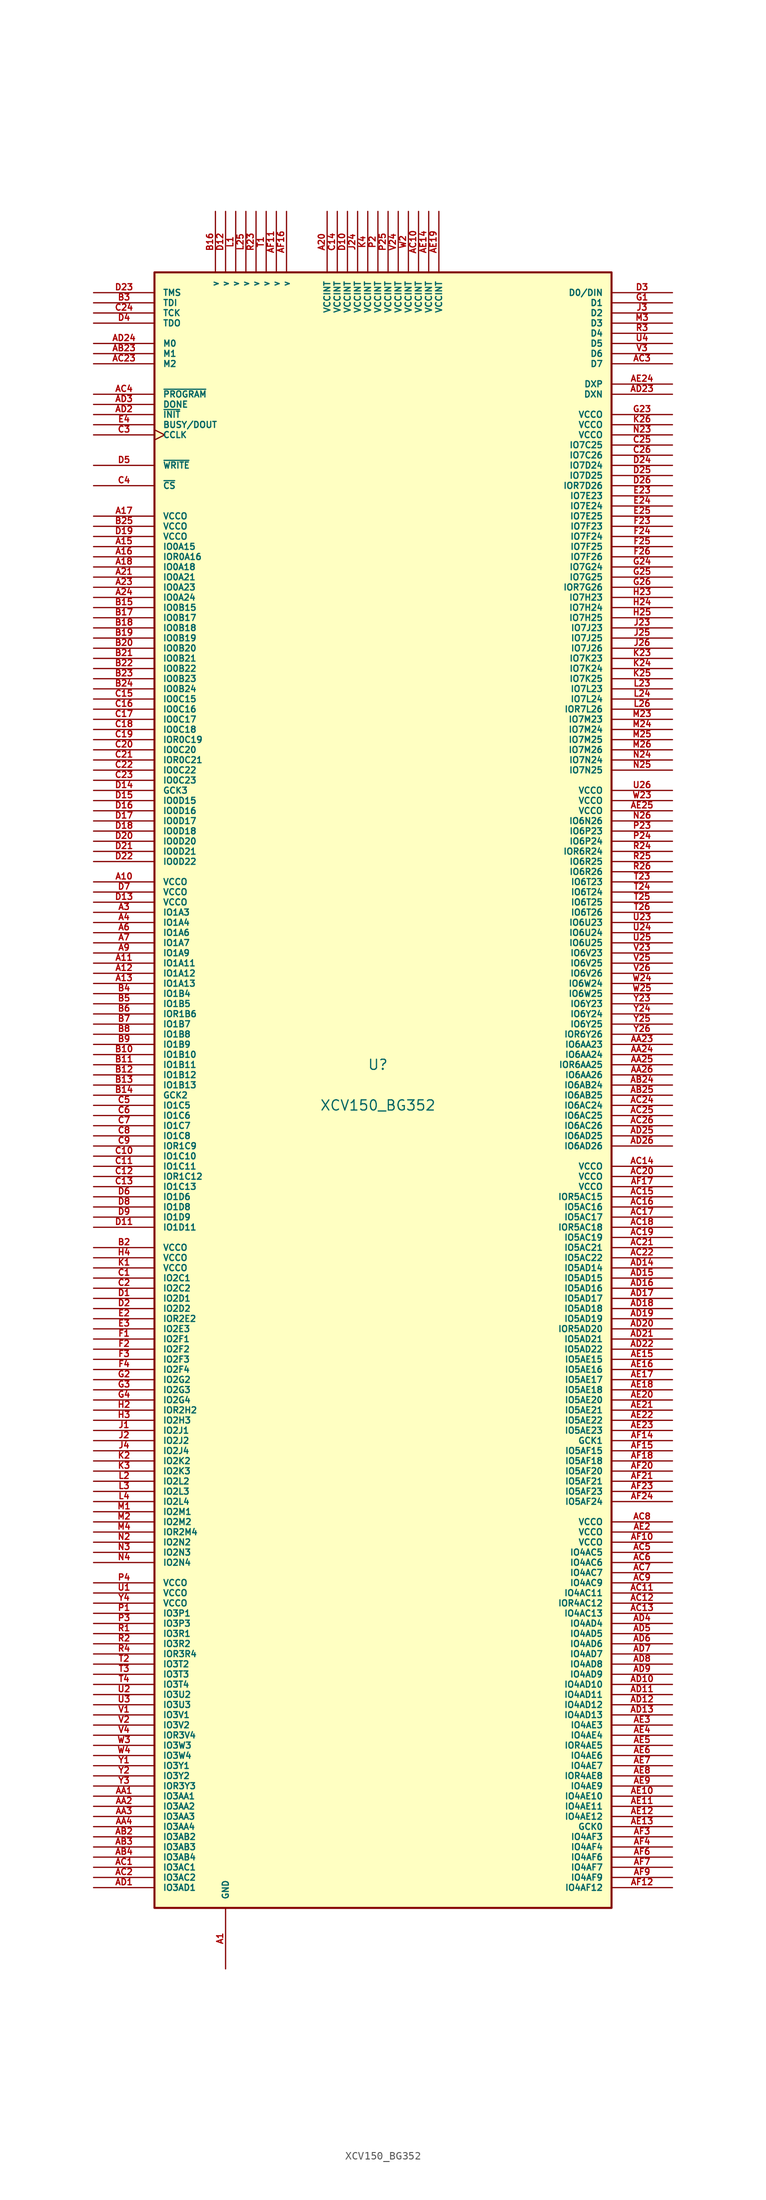
<source format=kicad_sym>
(kicad_symbol_lib
  (version 20231120)
  (generator "kicad_symbol_editor")
  (generator_version "8.0")
  (symbol "XCV150_BG352"
    (pin_names
      (offset 1.016))
    (property "Reference" "U"
      (at 0 2.54 0)
      (effects (font (size 1.27 1.27))))
    (property "Value" "XCV150_BG352"
      (at 0 -2.54 0)
      (effects (font (size 1.27 1.27))))
    (symbol "XCV150_BG352_0_1"
      (rectangle (start -27.94 101.6) (end 29.21 -102.87) (stroke (width 0.254) (type default)) (fill (type background))))
    (symbol "XCV150_BG352_1_1"
      (pin power_in line (at -19.05 -110.49 90) (length 7.62) (name "GND" (effects (font (size 0.762 0.762)))) (number "A1" (effects (font (size 0.762 0.762)))))
      (pin power_in line (at -35.56 25.4 0) (length 7.62) (name "VCCO" (effects (font (size 0.762 0.762)))) (number "A10" (effects (font (size 0.762 0.762)))))
      (pin bidirectional line (at -35.56 15.24 0) (length 7.62) (name "IO1A11" (effects (font (size 0.762 0.762)))) (number "A11" (effects (font (size 0.762 0.762)))))
      (pin bidirectional line (at -35.56 13.97 0) (length 7.62) (name "IO1A12" (effects (font (size 0.762 0.762)))) (number "A12" (effects (font (size 0.762 0.762)))))
      (pin bidirectional line (at -35.56 12.7 0) (length 7.62) (name "IO1A13" (effects (font (size 0.762 0.762)))) (number "A13" (effects (font (size 0.762 0.762)))))
      (pin passive line (at -19.05 -110.49 90) (length 7.62) hide (name "GND" (effects (font (size 0.762 0.762)))) (number "A14" (effects (font (size 0.762 0.762)))))
      (pin bidirectional line (at -35.56 67.31 0) (length 7.62) (name "IO0A15" (effects (font (size 0.762 0.762)))) (number "A15" (effects (font (size 0.762 0.762)))))
      (pin bidirectional line (at -35.56 66.04 0) (length 7.62) (name "IOR0A16" (effects (font (size 0.762 0.762)))) (number "A16" (effects (font (size 0.762 0.762)))))
      (pin power_in line (at -35.56 71.12 0) (length 7.62) (name "VCCO" (effects (font (size 0.762 0.762)))) (number "A17" (effects (font (size 0.762 0.762)))))
      (pin bidirectional line (at -35.56 64.77 0) (length 7.62) (name "IO0A18" (effects (font (size 0.762 0.762)))) (number "A18" (effects (font (size 0.762 0.762)))))
      (pin passive line (at -19.05 -110.49 90) (length 7.62) hide (name "GND" (effects (font (size 0.762 0.762)))) (number "A19" (effects (font (size 0.762 0.762)))))
      (pin passive line (at -19.05 -110.49 90) (length 7.62) hide (name "GND" (effects (font (size 0.762 0.762)))) (number "A2" (effects (font (size 0.762 0.762)))))
      (pin power_in line (at -6.35 109.22 270) (length 7.62) (name "VCCINT" (effects (font (size 0.762 0.762)))) (number "A20" (effects (font (size 0.762 0.762)))))
      (pin bidirectional line (at -35.56 63.5 0) (length 7.62) (name "IO0A21" (effects (font (size 0.762 0.762)))) (number "A21" (effects (font (size 0.762 0.762)))))
      (pin passive line (at -19.05 -110.49 90) (length 7.62) hide (name "GND" (effects (font (size 0.762 0.762)))) (number "A22" (effects (font (size 0.762 0.762)))))
      (pin bidirectional line (at -35.56 62.23 0) (length 7.62) (name "IO0A23" (effects (font (size 0.762 0.762)))) (number "A23" (effects (font (size 0.762 0.762)))))
      (pin bidirectional line (at -35.56 60.96 0) (length 7.62) (name "IO0A24" (effects (font (size 0.762 0.762)))) (number "A24" (effects (font (size 0.762 0.762)))))
      (pin passive line (at -19.05 -110.49 90) (length 7.62) hide (name "GND" (effects (font (size 0.762 0.762)))) (number "A25" (effects (font (size 0.762 0.762)))))
      (pin passive line (at -19.05 -110.49 90) (length 7.62) hide (name "GND" (effects (font (size 0.762 0.762)))) (number "A26" (effects (font (size 0.762 0.762)))))
      (pin bidirectional line (at -35.56 21.59 0) (length 7.62) (name "IO1A3" (effects (font (size 0.762 0.762)))) (number "A3" (effects (font (size 0.762 0.762)))))
      (pin bidirectional line (at -35.56 20.32 0) (length 7.62) (name "IO1A4" (effects (font (size 0.762 0.762)))) (number "A4" (effects (font (size 0.762 0.762)))))
      (pin passive line (at -19.05 -110.49 90) (length 7.62) hide (name "GND" (effects (font (size 0.762 0.762)))) (number "A5" (effects (font (size 0.762 0.762)))))
      (pin bidirectional line (at -35.56 19.05 0) (length 7.62) (name "IO1A6" (effects (font (size 0.762 0.762)))) (number "A6" (effects (font (size 0.762 0.762)))))
      (pin bidirectional line (at -35.56 17.78 0) (length 7.62) (name "IO1A7" (effects (font (size 0.762 0.762)))) (number "A7" (effects (font (size 0.762 0.762)))))
      (pin passive line (at -19.05 -110.49 90) (length 7.62) hide (name "GND" (effects (font (size 0.762 0.762)))) (number "A8" (effects (font (size 0.762 0.762)))))
      (pin bidirectional line (at -35.56 16.51 0) (length 7.62) (name "IO1A9" (effects (font (size 0.762 0.762)))) (number "A9" (effects (font (size 0.762 0.762)))))
      (pin bidirectional line (at -35.56 -88.9 0) (length 7.62) (name "IO3AA1" (effects (font (size 0.762 0.762)))) (number "AA1" (effects (font (size 0.762 0.762)))))
      (pin bidirectional line (at -35.56 -90.17 0) (length 7.62) (name "IO3AA2" (effects (font (size 0.762 0.762)))) (number "AA2" (effects (font (size 0.762 0.762)))))
      (pin bidirectional line (at 36.83 5.08 180) (length 7.62) (name "IO6AA23" (effects (font (size 0.762 0.762)))) (number "AA23" (effects (font (size 0.762 0.762)))))
      (pin bidirectional line (at 36.83 3.81 180) (length 7.62) (name "IO6AA24" (effects (font (size 0.762 0.762)))) (number "AA24" (effects (font (size 0.762 0.762)))))
      (pin bidirectional line (at 36.83 2.54 180) (length 7.62) (name "IOR6AA25" (effects (font (size 0.762 0.762)))) (number "AA25" (effects (font (size 0.762 0.762)))))
      (pin bidirectional line (at 36.83 1.27 180) (length 7.62) (name "IO6AA26" (effects (font (size 0.762 0.762)))) (number "AA26" (effects (font (size 0.762 0.762)))))
      (pin bidirectional line (at -35.56 -91.44 0) (length 7.62) (name "IO3AA3" (effects (font (size 0.762 0.762)))) (number "AA3" (effects (font (size 0.762 0.762)))))
      (pin bidirectional line (at -35.56 -92.71 0) (length 7.62) (name "IO3AA4" (effects (font (size 0.762 0.762)))) (number "AA4" (effects (font (size 0.762 0.762)))))
      (pin passive line (at -19.05 -110.49 90) (length 7.62) hide (name "GND" (effects (font (size 0.762 0.762)))) (number "AB1" (effects (font (size 0.762 0.762)))))
      (pin bidirectional line (at -35.56 -93.98 0) (length 7.62) (name "IO3AB2" (effects (font (size 0.762 0.762)))) (number "AB2" (effects (font (size 0.762 0.762)))))
      (pin input line (at -35.56 91.44 0) (length 7.62) (name "M1" (effects (font (size 0.762 0.762)))) (number "AB23" (effects (font (size 0.762 0.762)))))
      (pin bidirectional line (at 36.83 0 180) (length 7.62) (name "IO6AB24" (effects (font (size 0.762 0.762)))) (number "AB24" (effects (font (size 0.762 0.762)))))
      (pin bidirectional line (at 36.83 -1.27 180) (length 7.62) (name "IO6AB25" (effects (font (size 0.762 0.762)))) (number "AB25" (effects (font (size 0.762 0.762)))))
      (pin passive line (at -19.05 -110.49 90) (length 7.62) hide (name "GND" (effects (font (size 0.762 0.762)))) (number "AB26" (effects (font (size 0.762 0.762)))))
      (pin bidirectional line (at -35.56 -95.25 0) (length 7.62) (name "IO3AB3" (effects (font (size 0.762 0.762)))) (number "AB3" (effects (font (size 0.762 0.762)))))
      (pin bidirectional line (at -35.56 -96.52 0) (length 7.62) (name "IO3AB4" (effects (font (size 0.762 0.762)))) (number "AB4" (effects (font (size 0.762 0.762)))))
      (pin bidirectional line (at -35.56 -97.79 0) (length 7.62) (name "IO3AC1" (effects (font (size 0.762 0.762)))) (number "AC1" (effects (font (size 0.762 0.762)))))
      (pin power_in line (at 5.08 109.22 270) (length 7.62) (name "VCCINT" (effects (font (size 0.762 0.762)))) (number "AC10" (effects (font (size 0.762 0.762)))))
      (pin bidirectional line (at 36.83 -63.5 180) (length 7.62) (name "IO4AC11" (effects (font (size 0.762 0.762)))) (number "AC11" (effects (font (size 0.762 0.762)))))
      (pin bidirectional line (at 36.83 -64.77 180) (length 7.62) (name "IOR4AC12" (effects (font (size 0.762 0.762)))) (number "AC12" (effects (font (size 0.762 0.762)))))
      (pin bidirectional line (at 36.83 -66.04 180) (length 7.62) (name "IO4AC13" (effects (font (size 0.762 0.762)))) (number "AC13" (effects (font (size 0.762 0.762)))))
      (pin power_in line (at 36.83 -10.16 180) (length 7.62) (name "VCCO" (effects (font (size 0.762 0.762)))) (number "AC14" (effects (font (size 0.762 0.762)))))
      (pin bidirectional line (at 36.83 -13.97 180) (length 7.62) (name "IOR5AC15" (effects (font (size 0.762 0.762)))) (number "AC15" (effects (font (size 0.762 0.762)))))
      (pin bidirectional line (at 36.83 -15.24 180) (length 7.62) (name "IO5AC16" (effects (font (size 0.762 0.762)))) (number "AC16" (effects (font (size 0.762 0.762)))))
      (pin bidirectional line (at 36.83 -16.51 180) (length 7.62) (name "IO5AC17" (effects (font (size 0.762 0.762)))) (number "AC17" (effects (font (size 0.762 0.762)))))
      (pin bidirectional line (at 36.83 -17.78 180) (length 7.62) (name "IOR5AC18" (effects (font (size 0.762 0.762)))) (number "AC18" (effects (font (size 0.762 0.762)))))
      (pin bidirectional line (at 36.83 -19.05 180) (length 7.62) (name "IO5AC19" (effects (font (size 0.762 0.762)))) (number "AC19" (effects (font (size 0.762 0.762)))))
      (pin bidirectional line (at -35.56 -99.06 0) (length 7.62) (name "IO3AC2" (effects (font (size 0.762 0.762)))) (number "AC2" (effects (font (size 0.762 0.762)))))
      (pin power_in line (at 36.83 -11.43 180) (length 7.62) (name "VCCO" (effects (font (size 0.762 0.762)))) (number "AC20" (effects (font (size 0.762 0.762)))))
      (pin bidirectional line (at 36.83 -20.32 180) (length 7.62) (name "IO5AC21" (effects (font (size 0.762 0.762)))) (number "AC21" (effects (font (size 0.762 0.762)))))
      (pin bidirectional line (at 36.83 -21.59 180) (length 7.62) (name "IO5AC22" (effects (font (size 0.762 0.762)))) (number "AC22" (effects (font (size 0.762 0.762)))))
      (pin input line (at -35.56 90.17 0) (length 7.62) (name "M2" (effects (font (size 0.762 0.762)))) (number "AC23" (effects (font (size 0.762 0.762)))))
      (pin bidirectional line (at 36.83 -2.54 180) (length 7.62) (name "IO6AC24" (effects (font (size 0.762 0.762)))) (number "AC24" (effects (font (size 0.762 0.762)))))
      (pin bidirectional line (at 36.83 -3.81 180) (length 7.62) (name "IO6AC25" (effects (font (size 0.762 0.762)))) (number "AC25" (effects (font (size 0.762 0.762)))))
      (pin bidirectional line (at 36.83 -5.08 180) (length 7.62) (name "IO6AC26" (effects (font (size 0.762 0.762)))) (number "AC26" (effects (font (size 0.762 0.762)))))
      (pin bidirectional line (at 36.83 90.17 180) (length 7.62) (name "D7" (effects (font (size 0.762 0.762)))) (number "AC3" (effects (font (size 0.762 0.762)))))
      (pin input line (at -35.56 86.36 0) (length 7.62) (name "~{PROGRAM}" (effects (font (size 0.762 0.762)))) (number "AC4" (effects (font (size 0.762 0.762)))))
      (pin bidirectional line (at 36.83 -58.42 180) (length 7.62) (name "IO4AC5" (effects (font (size 0.762 0.762)))) (number "AC5" (effects (font (size 0.762 0.762)))))
      (pin bidirectional line (at 36.83 -59.69 180) (length 7.62) (name "IO4AC6" (effects (font (size 0.762 0.762)))) (number "AC6" (effects (font (size 0.762 0.762)))))
      (pin bidirectional line (at 36.83 -60.96 180) (length 7.62) (name "IO4AC7" (effects (font (size 0.762 0.762)))) (number "AC7" (effects (font (size 0.762 0.762)))))
      (pin power_in line (at 36.83 -54.61 180) (length 7.62) (name "VCCO" (effects (font (size 0.762 0.762)))) (number "AC8" (effects (font (size 0.762 0.762)))))
      (pin bidirectional line (at 36.83 -62.23 180) (length 7.62) (name "IO4AC9" (effects (font (size 0.762 0.762)))) (number "AC9" (effects (font (size 0.762 0.762)))))
      (pin bidirectional line (at -35.56 -100.33 0) (length 7.62) (name "IO3AD1" (effects (font (size 0.762 0.762)))) (number "AD1" (effects (font (size 0.762 0.762)))))
      (pin bidirectional line (at 36.83 -74.93 180) (length 7.62) (name "IO4AD10" (effects (font (size 0.762 0.762)))) (number "AD10" (effects (font (size 0.762 0.762)))))
      (pin bidirectional line (at 36.83 -76.2 180) (length 7.62) (name "IO4AD11" (effects (font (size 0.762 0.762)))) (number "AD11" (effects (font (size 0.762 0.762)))))
      (pin bidirectional line (at 36.83 -77.47 180) (length 7.62) (name "IO4AD12" (effects (font (size 0.762 0.762)))) (number "AD12" (effects (font (size 0.762 0.762)))))
      (pin bidirectional line (at 36.83 -78.74 180) (length 7.62) (name "IO4AD13" (effects (font (size 0.762 0.762)))) (number "AD13" (effects (font (size 0.762 0.762)))))
      (pin bidirectional line (at 36.83 -22.86 180) (length 7.62) (name "IO5AD14" (effects (font (size 0.762 0.762)))) (number "AD14" (effects (font (size 0.762 0.762)))))
      (pin bidirectional line (at 36.83 -24.13 180) (length 7.62) (name "IO5AD15" (effects (font (size 0.762 0.762)))) (number "AD15" (effects (font (size 0.762 0.762)))))
      (pin bidirectional line (at 36.83 -25.4 180) (length 7.62) (name "IO5AD16" (effects (font (size 0.762 0.762)))) (number "AD16" (effects (font (size 0.762 0.762)))))
      (pin bidirectional line (at 36.83 -26.67 180) (length 7.62) (name "IO5AD17" (effects (font (size 0.762 0.762)))) (number "AD17" (effects (font (size 0.762 0.762)))))
      (pin bidirectional line (at 36.83 -27.94 180) (length 7.62) (name "IO5AD18" (effects (font (size 0.762 0.762)))) (number "AD18" (effects (font (size 0.762 0.762)))))
      (pin bidirectional line (at 36.83 -29.21 180) (length 7.62) (name "IO5AD19" (effects (font (size 0.762 0.762)))) (number "AD19" (effects (font (size 0.762 0.762)))))
      (pin bidirectional line (at -35.56 83.82 0) (length 7.62) (name "~{INIT}" (effects (font (size 0.762 0.762)))) (number "AD2" (effects (font (size 0.762 0.762)))))
      (pin bidirectional line (at 36.83 -30.48 180) (length 7.62) (name "IOR5AD20" (effects (font (size 0.762 0.762)))) (number "AD20" (effects (font (size 0.762 0.762)))))
      (pin bidirectional line (at 36.83 -31.75 180) (length 7.62) (name "IO5AD21" (effects (font (size 0.762 0.762)))) (number "AD21" (effects (font (size 0.762 0.762)))))
      (pin bidirectional line (at 36.83 -33.02 180) (length 7.62) (name "IO5AD22" (effects (font (size 0.762 0.762)))) (number "AD22" (effects (font (size 0.762 0.762)))))
      (pin passive line (at 36.83 86.36 180) (length 7.62) (name "DXN" (effects (font (size 0.762 0.762)))) (number "AD23" (effects (font (size 0.762 0.762)))))
      (pin input line (at -35.56 92.71 0) (length 7.62) (name "M0" (effects (font (size 0.762 0.762)))) (number "AD24" (effects (font (size 0.762 0.762)))))
      (pin bidirectional line (at 36.83 -6.35 180) (length 7.62) (name "IO6AD25" (effects (font (size 0.762 0.762)))) (number "AD25" (effects (font (size 0.762 0.762)))))
      (pin bidirectional line (at 36.83 -7.62 180) (length 7.62) (name "IO6AD26" (effects (font (size 0.762 0.762)))) (number "AD26" (effects (font (size 0.762 0.762)))))
      (pin bidirectional line (at -35.56 85.09 0) (length 7.62) (name "DONE" (effects (font (size 0.762 0.762)))) (number "AD3" (effects (font (size 0.762 0.762)))))
      (pin bidirectional line (at 36.83 -67.31 180) (length 7.62) (name "IO4AD4" (effects (font (size 0.762 0.762)))) (number "AD4" (effects (font (size 0.762 0.762)))))
      (pin bidirectional line (at 36.83 -68.58 180) (length 7.62) (name "IO4AD5" (effects (font (size 0.762 0.762)))) (number "AD5" (effects (font (size 0.762 0.762)))))
      (pin bidirectional line (at 36.83 -69.85 180) (length 7.62) (name "IO4AD6" (effects (font (size 0.762 0.762)))) (number "AD6" (effects (font (size 0.762 0.762)))))
      (pin bidirectional line (at 36.83 -71.12 180) (length 7.62) (name "IO4AD7" (effects (font (size 0.762 0.762)))) (number "AD7" (effects (font (size 0.762 0.762)))))
      (pin bidirectional line (at 36.83 -72.39 180) (length 7.62) (name "IO4AD8" (effects (font (size 0.762 0.762)))) (number "AD8" (effects (font (size 0.762 0.762)))))
      (pin bidirectional line (at 36.83 -73.66 180) (length 7.62) (name "IO4AD9" (effects (font (size 0.762 0.762)))) (number "AD9" (effects (font (size 0.762 0.762)))))
      (pin passive line (at -19.05 -110.49 90) (length 7.62) hide (name "GND" (effects (font (size 0.762 0.762)))) (number "AE1" (effects (font (size 0.762 0.762)))))
      (pin bidirectional line (at 36.83 -88.9 180) (length 7.62) (name "IO4AE10" (effects (font (size 0.762 0.762)))) (number "AE10" (effects (font (size 0.762 0.762)))))
      (pin bidirectional line (at 36.83 -90.17 180) (length 7.62) (name "IO4AE11" (effects (font (size 0.762 0.762)))) (number "AE11" (effects (font (size 0.762 0.762)))))
      (pin bidirectional line (at 36.83 -91.44 180) (length 7.62) (name "IO4AE12" (effects (font (size 0.762 0.762)))) (number "AE12" (effects (font (size 0.762 0.762)))))
      (pin input line (at 36.83 -92.71 180) (length 7.62) (name "GCK0" (effects (font (size 0.762 0.762)))) (number "AE13" (effects (font (size 0.762 0.762)))))
      (pin power_in line (at 6.35 109.22 270) (length 7.62) (name "VCCINT" (effects (font (size 0.762 0.762)))) (number "AE14" (effects (font (size 0.762 0.762)))))
      (pin bidirectional line (at 36.83 -34.29 180) (length 7.62) (name "IO5AE15" (effects (font (size 0.762 0.762)))) (number "AE15" (effects (font (size 0.762 0.762)))))
      (pin bidirectional line (at 36.83 -35.56 180) (length 7.62) (name "IO5AE16" (effects (font (size 0.762 0.762)))) (number "AE16" (effects (font (size 0.762 0.762)))))
      (pin bidirectional line (at 36.83 -36.83 180) (length 7.62) (name "IO5AE17" (effects (font (size 0.762 0.762)))) (number "AE17" (effects (font (size 0.762 0.762)))))
      (pin bidirectional line (at 36.83 -38.1 180) (length 7.62) (name "IO5AE18" (effects (font (size 0.762 0.762)))) (number "AE18" (effects (font (size 0.762 0.762)))))
      (pin power_in line (at 7.62 109.22 270) (length 7.62) (name "VCCINT" (effects (font (size 0.762 0.762)))) (number "AE19" (effects (font (size 0.762 0.762)))))
      (pin power_in line (at 36.83 -55.88 180) (length 7.62) (name "VCCO" (effects (font (size 0.762 0.762)))) (number "AE2" (effects (font (size 0.762 0.762)))))
      (pin bidirectional line (at 36.83 -39.37 180) (length 7.62) (name "IO5AE20" (effects (font (size 0.762 0.762)))) (number "AE20" (effects (font (size 0.762 0.762)))))
      (pin bidirectional line (at 36.83 -40.64 180) (length 7.62) (name "IO5AE21" (effects (font (size 0.762 0.762)))) (number "AE21" (effects (font (size 0.762 0.762)))))
      (pin bidirectional line (at 36.83 -41.91 180) (length 7.62) (name "IO5AE22" (effects (font (size 0.762 0.762)))) (number "AE22" (effects (font (size 0.762 0.762)))))
      (pin bidirectional line (at 36.83 -43.18 180) (length 7.62) (name "IO5AE23" (effects (font (size 0.762 0.762)))) (number "AE23" (effects (font (size 0.762 0.762)))))
      (pin passive line (at 36.83 87.63 180) (length 7.62) (name "DXP" (effects (font (size 0.762 0.762)))) (number "AE24" (effects (font (size 0.762 0.762)))))
      (pin power_in line (at 36.83 34.29 180) (length 7.62) (name "VCCO" (effects (font (size 0.762 0.762)))) (number "AE25" (effects (font (size 0.762 0.762)))))
      (pin passive line (at -19.05 -110.49 90) (length 7.62) hide (name "GND" (effects (font (size 0.762 0.762)))) (number "AE26" (effects (font (size 0.762 0.762)))))
      (pin bidirectional line (at 36.83 -80.01 180) (length 7.62) (name "IO4AE3" (effects (font (size 0.762 0.762)))) (number "AE3" (effects (font (size 0.762 0.762)))))
      (pin bidirectional line (at 36.83 -81.28 180) (length 7.62) (name "IO4AE4" (effects (font (size 0.762 0.762)))) (number "AE4" (effects (font (size 0.762 0.762)))))
      (pin bidirectional line (at 36.83 -82.55 180) (length 7.62) (name "IOR4AE5" (effects (font (size 0.762 0.762)))) (number "AE5" (effects (font (size 0.762 0.762)))))
      (pin bidirectional line (at 36.83 -83.82 180) (length 7.62) (name "IO4AE6" (effects (font (size 0.762 0.762)))) (number "AE6" (effects (font (size 0.762 0.762)))))
      (pin bidirectional line (at 36.83 -85.09 180) (length 7.62) (name "IO4AE7" (effects (font (size 0.762 0.762)))) (number "AE7" (effects (font (size 0.762 0.762)))))
      (pin bidirectional line (at 36.83 -86.36 180) (length 7.62) (name "IOR4AE8" (effects (font (size 0.762 0.762)))) (number "AE8" (effects (font (size 0.762 0.762)))))
      (pin bidirectional line (at 36.83 -87.63 180) (length 7.62) (name "IO4AE9" (effects (font (size 0.762 0.762)))) (number "AE9" (effects (font (size 0.762 0.762)))))
      (pin passive line (at -19.05 -110.49 90) (length 7.62) hide (name "GND" (effects (font (size 0.762 0.762)))) (number "AF1" (effects (font (size 0.762 0.762)))))
      (pin power_in line (at 36.83 -57.15 180) (length 7.62) (name "VCCO" (effects (font (size 0.762 0.762)))) (number "AF10" (effects (font (size 0.762 0.762)))))
      (pin passive line (at -12.7 109.22 270) (length 7.62) (name "v" (effects (font (size 0.762 0.762)))) (number "AF11" (effects (font (size 0.762 0.762)))))
      (pin bidirectional line (at 36.83 -100.33 180) (length 7.62) (name "IO4AF12" (effects (font (size 0.762 0.762)))) (number "AF12" (effects (font (size 0.762 0.762)))))
      (pin passive line (at -19.05 -110.49 90) (length 7.62) hide (name "GND" (effects (font (size 0.762 0.762)))) (number "AF13" (effects (font (size 0.762 0.762)))))
      (pin input line (at 36.83 -44.45 180) (length 7.62) (name "GCK1" (effects (font (size 0.762 0.762)))) (number "AF14" (effects (font (size 0.762 0.762)))))
      (pin bidirectional line (at 36.83 -45.72 180) (length 7.62) (name "IO5AF15" (effects (font (size 0.762 0.762)))) (number "AF15" (effects (font (size 0.762 0.762)))))
      (pin passive line (at -11.43 109.22 270) (length 7.62) (name "v" (effects (font (size 0.762 0.762)))) (number "AF16" (effects (font (size 0.762 0.762)))))
      (pin power_in line (at 36.83 -12.7 180) (length 7.62) (name "VCCO" (effects (font (size 0.762 0.762)))) (number "AF17" (effects (font (size 0.762 0.762)))))
      (pin bidirectional line (at 36.83 -46.99 180) (length 7.62) (name "IO5AF18" (effects (font (size 0.762 0.762)))) (number "AF18" (effects (font (size 0.762 0.762)))))
      (pin passive line (at -19.05 -110.49 90) (length 7.62) hide (name "GND" (effects (font (size 0.762 0.762)))) (number "AF19" (effects (font (size 0.762 0.762)))))
      (pin passive line (at -19.05 -110.49 90) (length 7.62) hide (name "GND" (effects (font (size 0.762 0.762)))) (number "AF2" (effects (font (size 0.762 0.762)))))
      (pin bidirectional line (at 36.83 -48.26 180) (length 7.62) (name "IO5AF20" (effects (font (size 0.762 0.762)))) (number "AF20" (effects (font (size 0.762 0.762)))))
      (pin bidirectional line (at 36.83 -49.53 180) (length 7.62) (name "IO5AF21" (effects (font (size 0.762 0.762)))) (number "AF21" (effects (font (size 0.762 0.762)))))
      (pin passive line (at -19.05 -110.49 90) (length 7.62) hide (name "GND" (effects (font (size 0.762 0.762)))) (number "AF22" (effects (font (size 0.762 0.762)))))
      (pin bidirectional line (at 36.83 -50.8 180) (length 7.62) (name "IO5AF23" (effects (font (size 0.762 0.762)))) (number "AF23" (effects (font (size 0.762 0.762)))))
      (pin bidirectional line (at 36.83 -52.07 180) (length 7.62) (name "IO5AF24" (effects (font (size 0.762 0.762)))) (number "AF24" (effects (font (size 0.762 0.762)))))
      (pin passive line (at -19.05 -110.49 90) (length 7.62) hide (name "GND" (effects (font (size 0.762 0.762)))) (number "AF25" (effects (font (size 0.762 0.762)))))
      (pin passive line (at -19.05 -110.49 90) (length 7.62) hide (name "GND" (effects (font (size 0.762 0.762)))) (number "AF26" (effects (font (size 0.762 0.762)))))
      (pin bidirectional line (at 36.83 -93.98 180) (length 7.62) (name "IO4AF3" (effects (font (size 0.762 0.762)))) (number "AF3" (effects (font (size 0.762 0.762)))))
      (pin bidirectional line (at 36.83 -95.25 180) (length 7.62) (name "IO4AF4" (effects (font (size 0.762 0.762)))) (number "AF4" (effects (font (size 0.762 0.762)))))
      (pin passive line (at -19.05 -110.49 90) (length 7.62) hide (name "GND" (effects (font (size 0.762 0.762)))) (number "AF5" (effects (font (size 0.762 0.762)))))
      (pin bidirectional line (at 36.83 -96.52 180) (length 7.62) (name "IO4AF6" (effects (font (size 0.762 0.762)))) (number "AF6" (effects (font (size 0.762 0.762)))))
      (pin bidirectional line (at 36.83 -97.79 180) (length 7.62) (name "IO4AF7" (effects (font (size 0.762 0.762)))) (number "AF7" (effects (font (size 0.762 0.762)))))
      (pin passive line (at -19.05 -110.49 90) (length 7.62) hide (name "GND" (effects (font (size 0.762 0.762)))) (number "AF8" (effects (font (size 0.762 0.762)))))
      (pin bidirectional line (at 36.83 -99.06 180) (length 7.62) (name "IO4AF9" (effects (font (size 0.762 0.762)))) (number "AF9" (effects (font (size 0.762 0.762)))))
      (pin passive line (at -19.05 -110.49 90) (length 7.62) hide (name "GND" (effects (font (size 0.762 0.762)))) (number "B1" (effects (font (size 0.762 0.762)))))
      (pin bidirectional line (at -35.56 3.81 0) (length 7.62) (name "IO1B10" (effects (font (size 0.762 0.762)))) (number "B10" (effects (font (size 0.762 0.762)))))
      (pin bidirectional line (at -35.56 2.54 0) (length 7.62) (name "IO1B11" (effects (font (size 0.762 0.762)))) (number "B11" (effects (font (size 0.762 0.762)))))
      (pin bidirectional line (at -35.56 1.27 0) (length 7.62) (name "IO1B12" (effects (font (size 0.762 0.762)))) (number "B12" (effects (font (size 0.762 0.762)))))
      (pin bidirectional line (at -35.56 0 0) (length 7.62) (name "IO1B13" (effects (font (size 0.762 0.762)))) (number "B13" (effects (font (size 0.762 0.762)))))
      (pin input line (at -35.56 -1.27 0) (length 7.62) (name "GCK2" (effects (font (size 0.762 0.762)))) (number "B14" (effects (font (size 0.762 0.762)))))
      (pin bidirectional line (at -35.56 59.69 0) (length 7.62) (name "IO0B15" (effects (font (size 0.762 0.762)))) (number "B15" (effects (font (size 0.762 0.762)))))
      (pin passive line (at -20.32 109.22 270) (length 7.62) (name "v" (effects (font (size 0.762 0.762)))) (number "B16" (effects (font (size 0.762 0.762)))))
      (pin bidirectional line (at -35.56 58.42 0) (length 7.62) (name "IO0B17" (effects (font (size 0.762 0.762)))) (number "B17" (effects (font (size 0.762 0.762)))))
      (pin bidirectional line (at -35.56 57.15 0) (length 7.62) (name "IO0B18" (effects (font (size 0.762 0.762)))) (number "B18" (effects (font (size 0.762 0.762)))))
      (pin bidirectional line (at -35.56 55.88 0) (length 7.62) (name "IO0B19" (effects (font (size 0.762 0.762)))) (number "B19" (effects (font (size 0.762 0.762)))))
      (pin power_in line (at -35.56 -20.32 0) (length 7.62) (name "VCCO" (effects (font (size 0.762 0.762)))) (number "B2" (effects (font (size 0.762 0.762)))))
      (pin bidirectional line (at -35.56 54.61 0) (length 7.62) (name "IO0B20" (effects (font (size 0.762 0.762)))) (number "B20" (effects (font (size 0.762 0.762)))))
      (pin bidirectional line (at -35.56 53.34 0) (length 7.62) (name "IO0B21" (effects (font (size 0.762 0.762)))) (number "B21" (effects (font (size 0.762 0.762)))))
      (pin bidirectional line (at -35.56 52.07 0) (length 7.62) (name "IO0B22" (effects (font (size 0.762 0.762)))) (number "B22" (effects (font (size 0.762 0.762)))))
      (pin bidirectional line (at -35.56 50.8 0) (length 7.62) (name "IO0B23" (effects (font (size 0.762 0.762)))) (number "B23" (effects (font (size 0.762 0.762)))))
      (pin bidirectional line (at -35.56 49.53 0) (length 7.62) (name "IO0B24" (effects (font (size 0.762 0.762)))) (number "B24" (effects (font (size 0.762 0.762)))))
      (pin power_in line (at -35.56 69.85 0) (length 7.62) (name "VCCO" (effects (font (size 0.762 0.762)))) (number "B25" (effects (font (size 0.762 0.762)))))
      (pin passive line (at -19.05 -110.49 90) (length 7.62) hide (name "GND" (effects (font (size 0.762 0.762)))) (number "B26" (effects (font (size 0.762 0.762)))))
      (pin passive line (at -35.56 97.79 0) (length 7.62) (name "TDI" (effects (font (size 0.762 0.762)))) (number "B3" (effects (font (size 0.762 0.762)))))
      (pin bidirectional line (at -35.56 11.43 0) (length 7.62) (name "IO1B4" (effects (font (size 0.762 0.762)))) (number "B4" (effects (font (size 0.762 0.762)))))
      (pin bidirectional line (at -35.56 10.16 0) (length 7.62) (name "IO1B5" (effects (font (size 0.762 0.762)))) (number "B5" (effects (font (size 0.762 0.762)))))
      (pin bidirectional line (at -35.56 8.89 0) (length 7.62) (name "IOR1B6" (effects (font (size 0.762 0.762)))) (number "B6" (effects (font (size 0.762 0.762)))))
      (pin bidirectional line (at -35.56 7.62 0) (length 7.62) (name "IO1B7" (effects (font (size 0.762 0.762)))) (number "B7" (effects (font (size 0.762 0.762)))))
      (pin bidirectional line (at -35.56 6.35 0) (length 7.62) (name "IO1B8" (effects (font (size 0.762 0.762)))) (number "B8" (effects (font (size 0.762 0.762)))))
      (pin bidirectional line (at -35.56 5.08 0) (length 7.62) (name "IO1B9" (effects (font (size 0.762 0.762)))) (number "B9" (effects (font (size 0.762 0.762)))))
      (pin bidirectional line (at -35.56 -24.13 0) (length 7.62) (name "IO2C1" (effects (font (size 0.762 0.762)))) (number "C1" (effects (font (size 0.762 0.762)))))
      (pin bidirectional line (at -35.56 -8.89 0) (length 7.62) (name "IO1C10" (effects (font (size 0.762 0.762)))) (number "C10" (effects (font (size 0.762 0.762)))))
      (pin bidirectional line (at -35.56 -10.16 0) (length 7.62) (name "IO1C11" (effects (font (size 0.762 0.762)))) (number "C11" (effects (font (size 0.762 0.762)))))
      (pin bidirectional line (at -35.56 -11.43 0) (length 7.62) (name "IOR1C12" (effects (font (size 0.762 0.762)))) (number "C12" (effects (font (size 0.762 0.762)))))
      (pin bidirectional line (at -35.56 -12.7 0) (length 7.62) (name "IO1C13" (effects (font (size 0.762 0.762)))) (number "C13" (effects (font (size 0.762 0.762)))))
      (pin power_in line (at -5.08 109.22 270) (length 7.62) (name "VCCINT" (effects (font (size 0.762 0.762)))) (number "C14" (effects (font (size 0.762 0.762)))))
      (pin bidirectional line (at -35.56 48.26 0) (length 7.62) (name "IO0C15" (effects (font (size 0.762 0.762)))) (number "C15" (effects (font (size 0.762 0.762)))))
      (pin bidirectional line (at -35.56 46.99 0) (length 7.62) (name "IO0C16" (effects (font (size 0.762 0.762)))) (number "C16" (effects (font (size 0.762 0.762)))))
      (pin bidirectional line (at -35.56 45.72 0) (length 7.62) (name "IO0C17" (effects (font (size 0.762 0.762)))) (number "C17" (effects (font (size 0.762 0.762)))))
      (pin bidirectional line (at -35.56 44.45 0) (length 7.62) (name "IO0C18" (effects (font (size 0.762 0.762)))) (number "C18" (effects (font (size 0.762 0.762)))))
      (pin bidirectional line (at -35.56 43.18 0) (length 7.62) (name "IOR0C19" (effects (font (size 0.762 0.762)))) (number "C19" (effects (font (size 0.762 0.762)))))
      (pin bidirectional line (at -35.56 -25.4 0) (length 7.62) (name "IO2C2" (effects (font (size 0.762 0.762)))) (number "C2" (effects (font (size 0.762 0.762)))))
      (pin bidirectional line (at -35.56 41.91 0) (length 7.62) (name "IO0C20" (effects (font (size 0.762 0.762)))) (number "C20" (effects (font (size 0.762 0.762)))))
      (pin bidirectional line (at -35.56 40.64 0) (length 7.62) (name "IOR0C21" (effects (font (size 0.762 0.762)))) (number "C21" (effects (font (size 0.762 0.762)))))
      (pin bidirectional line (at -35.56 39.37 0) (length 7.62) (name "IO0C22" (effects (font (size 0.762 0.762)))) (number "C22" (effects (font (size 0.762 0.762)))))
      (pin bidirectional line (at -35.56 38.1 0) (length 7.62) (name "IO0C23" (effects (font (size 0.762 0.762)))) (number "C23" (effects (font (size 0.762 0.762)))))
      (pin passive line (at -35.56 96.52 0) (length 7.62) (name "TCK" (effects (font (size 0.762 0.762)))) (number "C24" (effects (font (size 0.762 0.762)))))
      (pin bidirectional line (at 36.83 80.01 180) (length 7.62) (name "IO7C25" (effects (font (size 0.762 0.762)))) (number "C25" (effects (font (size 0.762 0.762)))))
      (pin bidirectional line (at 36.83 78.74 180) (length 7.62) (name "IO7C26" (effects (font (size 0.762 0.762)))) (number "C26" (effects (font (size 0.762 0.762)))))
      (pin bidirectional clock (at -35.56 81.28 0) (length 7.62) (name "CCLK" (effects (font (size 0.762 0.762)))) (number "C3" (effects (font (size 0.762 0.762)))))
      (pin input line (at -35.56 74.93 0) (length 7.62) (name "~{CS}" (effects (font (size 0.762 0.762)))) (number "C4" (effects (font (size 0.762 0.762)))))
      (pin bidirectional line (at -35.56 -2.54 0) (length 7.62) (name "IO1C5" (effects (font (size 0.762 0.762)))) (number "C5" (effects (font (size 0.762 0.762)))))
      (pin bidirectional line (at -35.56 -3.81 0) (length 7.62) (name "IO1C6" (effects (font (size 0.762 0.762)))) (number "C6" (effects (font (size 0.762 0.762)))))
      (pin bidirectional line (at -35.56 -5.08 0) (length 7.62) (name "IO1C7" (effects (font (size 0.762 0.762)))) (number "C7" (effects (font (size 0.762 0.762)))))
      (pin bidirectional line (at -35.56 -6.35 0) (length 7.62) (name "IO1C8" (effects (font (size 0.762 0.762)))) (number "C8" (effects (font (size 0.762 0.762)))))
      (pin bidirectional line (at -35.56 -7.62 0) (length 7.62) (name "IOR1C9" (effects (font (size 0.762 0.762)))) (number "C9" (effects (font (size 0.762 0.762)))))
      (pin bidirectional line (at -35.56 -26.67 0) (length 7.62) (name "IO2D1" (effects (font (size 0.762 0.762)))) (number "D1" (effects (font (size 0.762 0.762)))))
      (pin power_in line (at -3.81 109.22 270) (length 7.62) (name "VCCINT" (effects (font (size 0.762 0.762)))) (number "D10" (effects (font (size 0.762 0.762)))))
      (pin bidirectional line (at -35.56 -17.78 0) (length 7.62) (name "IO1D11" (effects (font (size 0.762 0.762)))) (number "D11" (effects (font (size 0.762 0.762)))))
      (pin passive line (at -19.05 109.22 270) (length 7.62) (name "v" (effects (font (size 0.762 0.762)))) (number "D12" (effects (font (size 0.762 0.762)))))
      (pin power_in line (at -35.56 22.86 0) (length 7.62) (name "VCCO" (effects (font (size 0.762 0.762)))) (number "D13" (effects (font (size 0.762 0.762)))))
      (pin input line (at -35.56 36.83 0) (length 7.62) (name "GCK3" (effects (font (size 0.762 0.762)))) (number "D14" (effects (font (size 0.762 0.762)))))
      (pin bidirectional line (at -35.56 35.56 0) (length 7.62) (name "IO0D15" (effects (font (size 0.762 0.762)))) (number "D15" (effects (font (size 0.762 0.762)))))
      (pin bidirectional line (at -35.56 34.29 0) (length 7.62) (name "IO0D16" (effects (font (size 0.762 0.762)))) (number "D16" (effects (font (size 0.762 0.762)))))
      (pin bidirectional line (at -35.56 33.02 0) (length 7.62) (name "IO0D17" (effects (font (size 0.762 0.762)))) (number "D17" (effects (font (size 0.762 0.762)))))
      (pin bidirectional line (at -35.56 31.75 0) (length 7.62) (name "IO0D18" (effects (font (size 0.762 0.762)))) (number "D18" (effects (font (size 0.762 0.762)))))
      (pin power_in line (at -35.56 68.58 0) (length 7.62) (name "VCCO" (effects (font (size 0.762 0.762)))) (number "D19" (effects (font (size 0.762 0.762)))))
      (pin bidirectional line (at -35.56 -27.94 0) (length 7.62) (name "IO2D2" (effects (font (size 0.762 0.762)))) (number "D2" (effects (font (size 0.762 0.762)))))
      (pin bidirectional line (at -35.56 30.48 0) (length 7.62) (name "IO0D20" (effects (font (size 0.762 0.762)))) (number "D20" (effects (font (size 0.762 0.762)))))
      (pin bidirectional line (at -35.56 29.21 0) (length 7.62) (name "IO0D21" (effects (font (size 0.762 0.762)))) (number "D21" (effects (font (size 0.762 0.762)))))
      (pin bidirectional line (at -35.56 27.94 0) (length 7.62) (name "IO0D22" (effects (font (size 0.762 0.762)))) (number "D22" (effects (font (size 0.762 0.762)))))
      (pin passive line (at -35.56 99.06 0) (length 7.62) (name "TMS" (effects (font (size 0.762 0.762)))) (number "D23" (effects (font (size 0.762 0.762)))))
      (pin bidirectional line (at 36.83 77.47 180) (length 7.62) (name "IO7D24" (effects (font (size 0.762 0.762)))) (number "D24" (effects (font (size 0.762 0.762)))))
      (pin bidirectional line (at 36.83 76.2 180) (length 7.62) (name "IO7D25" (effects (font (size 0.762 0.762)))) (number "D25" (effects (font (size 0.762 0.762)))))
      (pin bidirectional line (at 36.83 74.93 180) (length 7.62) (name "IOR7D26" (effects (font (size 0.762 0.762)))) (number "D26" (effects (font (size 0.762 0.762)))))
      (pin bidirectional line (at 36.83 99.06 180) (length 7.62) (name "D0/DIN" (effects (font (size 0.762 0.762)))) (number "D3" (effects (font (size 0.762 0.762)))))
      (pin passive line (at -35.56 95.25 0) (length 7.62) (name "TDO" (effects (font (size 0.762 0.762)))) (number "D4" (effects (font (size 0.762 0.762)))))
      (pin input line (at -35.56 77.47 0) (length 7.62) (name "~{WRITE}" (effects (font (size 0.762 0.762)))) (number "D5" (effects (font (size 0.762 0.762)))))
      (pin bidirectional line (at -35.56 -13.97 0) (length 7.62) (name "IO1D6" (effects (font (size 0.762 0.762)))) (number "D6" (effects (font (size 0.762 0.762)))))
      (pin power_in line (at -35.56 24.13 0) (length 7.62) (name "VCCO" (effects (font (size 0.762 0.762)))) (number "D7" (effects (font (size 0.762 0.762)))))
      (pin bidirectional line (at -35.56 -15.24 0) (length 7.62) (name "IO1D8" (effects (font (size 0.762 0.762)))) (number "D8" (effects (font (size 0.762 0.762)))))
      (pin bidirectional line (at -35.56 -16.51 0) (length 7.62) (name "IO1D9" (effects (font (size 0.762 0.762)))) (number "D9" (effects (font (size 0.762 0.762)))))
      (pin passive line (at -19.05 -110.49 90) (length 7.62) hide (name "GND" (effects (font (size 0.762 0.762)))) (number "E1" (effects (font (size 0.762 0.762)))))
      (pin bidirectional line (at -35.56 -29.21 0) (length 7.62) (name "IOR2E2" (effects (font (size 0.762 0.762)))) (number "E2" (effects (font (size 0.762 0.762)))))
      (pin bidirectional line (at 36.83 73.66 180) (length 7.62) (name "IO7E23" (effects (font (size 0.762 0.762)))) (number "E23" (effects (font (size 0.762 0.762)))))
      (pin bidirectional line (at 36.83 72.39 180) (length 7.62) (name "IO7E24" (effects (font (size 0.762 0.762)))) (number "E24" (effects (font (size 0.762 0.762)))))
      (pin bidirectional line (at 36.83 71.12 180) (length 7.62) (name "IO7E25" (effects (font (size 0.762 0.762)))) (number "E25" (effects (font (size 0.762 0.762)))))
      (pin passive line (at -19.05 -110.49 90) (length 7.62) hide (name "GND" (effects (font (size 0.762 0.762)))) (number "E26" (effects (font (size 0.762 0.762)))))
      (pin bidirectional line (at -35.56 -30.48 0) (length 7.62) (name "IO2E3" (effects (font (size 0.762 0.762)))) (number "E3" (effects (font (size 0.762 0.762)))))
      (pin output line (at -35.56 82.55 0) (length 7.62) (name "BUSY/DOUT" (effects (font (size 0.762 0.762)))) (number "E4" (effects (font (size 0.762 0.762)))))
      (pin bidirectional line (at -35.56 -31.75 0) (length 7.62) (name "IO2F1" (effects (font (size 0.762 0.762)))) (number "F1" (effects (font (size 0.762 0.762)))))
      (pin bidirectional line (at -35.56 -33.02 0) (length 7.62) (name "IO2F2" (effects (font (size 0.762 0.762)))) (number "F2" (effects (font (size 0.762 0.762)))))
      (pin bidirectional line (at 36.83 69.85 180) (length 7.62) (name "IO7F23" (effects (font (size 0.762 0.762)))) (number "F23" (effects (font (size 0.762 0.762)))))
      (pin bidirectional line (at 36.83 68.58 180) (length 7.62) (name "IO7F24" (effects (font (size 0.762 0.762)))) (number "F24" (effects (font (size 0.762 0.762)))))
      (pin bidirectional line (at 36.83 67.31 180) (length 7.62) (name "IO7F25" (effects (font (size 0.762 0.762)))) (number "F25" (effects (font (size 0.762 0.762)))))
      (pin bidirectional line (at 36.83 66.04 180) (length 7.62) (name "IO7F26" (effects (font (size 0.762 0.762)))) (number "F26" (effects (font (size 0.762 0.762)))))
      (pin bidirectional line (at -35.56 -34.29 0) (length 7.62) (name "IO2F3" (effects (font (size 0.762 0.762)))) (number "F3" (effects (font (size 0.762 0.762)))))
      (pin bidirectional line (at -35.56 -35.56 0) (length 7.62) (name "IO2F4" (effects (font (size 0.762 0.762)))) (number "F4" (effects (font (size 0.762 0.762)))))
      (pin bidirectional line (at 36.83 97.79 180) (length 7.62) (name "D1" (effects (font (size 0.762 0.762)))) (number "G1" (effects (font (size 0.762 0.762)))))
      (pin bidirectional line (at -35.56 -36.83 0) (length 7.62) (name "IO2G2" (effects (font (size 0.762 0.762)))) (number "G2" (effects (font (size 0.762 0.762)))))
      (pin power_in line (at 36.83 83.82 180) (length 7.62) (name "VCCO" (effects (font (size 0.762 0.762)))) (number "G23" (effects (font (size 0.762 0.762)))))
      (pin bidirectional line (at 36.83 64.77 180) (length 7.62) (name "IO7G24" (effects (font (size 0.762 0.762)))) (number "G24" (effects (font (size 0.762 0.762)))))
      (pin bidirectional line (at 36.83 63.5 180) (length 7.62) (name "IO7G25" (effects (font (size 0.762 0.762)))) (number "G25" (effects (font (size 0.762 0.762)))))
      (pin bidirectional line (at 36.83 62.23 180) (length 7.62) (name "IOR7G26" (effects (font (size 0.762 0.762)))) (number "G26" (effects (font (size 0.762 0.762)))))
      (pin bidirectional line (at -35.56 -38.1 0) (length 7.62) (name "IO2G3" (effects (font (size 0.762 0.762)))) (number "G3" (effects (font (size 0.762 0.762)))))
      (pin bidirectional line (at -35.56 -39.37 0) (length 7.62) (name "IO2G4" (effects (font (size 0.762 0.762)))) (number "G4" (effects (font (size 0.762 0.762)))))
      (pin passive line (at -19.05 -110.49 90) (length 7.62) hide (name "GND" (effects (font (size 0.762 0.762)))) (number "H1" (effects (font (size 0.762 0.762)))))
      (pin bidirectional line (at -35.56 -40.64 0) (length 7.62) (name "IOR2H2" (effects (font (size 0.762 0.762)))) (number "H2" (effects (font (size 0.762 0.762)))))
      (pin bidirectional line (at 36.83 60.96 180) (length 7.62) (name "IO7H23" (effects (font (size 0.762 0.762)))) (number "H23" (effects (font (size 0.762 0.762)))))
      (pin bidirectional line (at 36.83 59.69 180) (length 7.62) (name "IO7H24" (effects (font (size 0.762 0.762)))) (number "H24" (effects (font (size 0.762 0.762)))))
      (pin bidirectional line (at 36.83 58.42 180) (length 7.62) (name "IO7H25" (effects (font (size 0.762 0.762)))) (number "H25" (effects (font (size 0.762 0.762)))))
      (pin passive line (at -19.05 -110.49 90) (length 7.62) hide (name "GND" (effects (font (size 0.762 0.762)))) (number "H26" (effects (font (size 0.762 0.762)))))
      (pin bidirectional line (at -35.56 -41.91 0) (length 7.62) (name "IO2H3" (effects (font (size 0.762 0.762)))) (number "H3" (effects (font (size 0.762 0.762)))))
      (pin power_in line (at -35.56 -21.59 0) (length 7.62) (name "VCCO" (effects (font (size 0.762 0.762)))) (number "H4" (effects (font (size 0.762 0.762)))))
      (pin bidirectional line (at -35.56 -43.18 0) (length 7.62) (name "IO2J1" (effects (font (size 0.762 0.762)))) (number "J1" (effects (font (size 0.762 0.762)))))
      (pin bidirectional line (at -35.56 -44.45 0) (length 7.62) (name "IO2J2" (effects (font (size 0.762 0.762)))) (number "J2" (effects (font (size 0.762 0.762)))))
      (pin bidirectional line (at 36.83 57.15 180) (length 7.62) (name "IO7J23" (effects (font (size 0.762 0.762)))) (number "J23" (effects (font (size 0.762 0.762)))))
      (pin power_in line (at -2.54 109.22 270) (length 7.62) (name "VCCINT" (effects (font (size 0.762 0.762)))) (number "J24" (effects (font (size 0.762 0.762)))))
      (pin bidirectional line (at 36.83 55.88 180) (length 7.62) (name "IO7J25" (effects (font (size 0.762 0.762)))) (number "J25" (effects (font (size 0.762 0.762)))))
      (pin bidirectional line (at 36.83 54.61 180) (length 7.62) (name "IO7J26" (effects (font (size 0.762 0.762)))) (number "J26" (effects (font (size 0.762 0.762)))))
      (pin bidirectional line (at 36.83 96.52 180) (length 7.62) (name "D2" (effects (font (size 0.762 0.762)))) (number "J3" (effects (font (size 0.762 0.762)))))
      (pin bidirectional line (at -35.56 -45.72 0) (length 7.62) (name "IO2J4" (effects (font (size 0.762 0.762)))) (number "J4" (effects (font (size 0.762 0.762)))))
      (pin power_in line (at -35.56 -22.86 0) (length 7.62) (name "VCCO" (effects (font (size 0.762 0.762)))) (number "K1" (effects (font (size 0.762 0.762)))))
      (pin bidirectional line (at -35.56 -46.99 0) (length 7.62) (name "IO2K2" (effects (font (size 0.762 0.762)))) (number "K2" (effects (font (size 0.762 0.762)))))
      (pin bidirectional line (at 36.83 53.34 180) (length 7.62) (name "IO7K23" (effects (font (size 0.762 0.762)))) (number "K23" (effects (font (size 0.762 0.762)))))
      (pin bidirectional line (at 36.83 52.07 180) (length 7.62) (name "IO7K24" (effects (font (size 0.762 0.762)))) (number "K24" (effects (font (size 0.762 0.762)))))
      (pin bidirectional line (at 36.83 50.8 180) (length 7.62) (name "IO7K25" (effects (font (size 0.762 0.762)))) (number "K25" (effects (font (size 0.762 0.762)))))
      (pin power_in line (at 36.83 82.55 180) (length 7.62) (name "VCCO" (effects (font (size 0.762 0.762)))) (number "K26" (effects (font (size 0.762 0.762)))))
      (pin bidirectional line (at -35.56 -48.26 0) (length 7.62) (name "IO2K3" (effects (font (size 0.762 0.762)))) (number "K3" (effects (font (size 0.762 0.762)))))
      (pin power_in line (at -1.27 109.22 270) (length 7.62) (name "VCCINT" (effects (font (size 0.762 0.762)))) (number "K4" (effects (font (size 0.762 0.762)))))
      (pin passive line (at -17.78 109.22 270) (length 7.62) (name "v" (effects (font (size 0.762 0.762)))) (number "L1" (effects (font (size 0.762 0.762)))))
      (pin bidirectional line (at -35.56 -49.53 0) (length 7.62) (name "IO2L2" (effects (font (size 0.762 0.762)))) (number "L2" (effects (font (size 0.762 0.762)))))
      (pin bidirectional line (at 36.83 49.53 180) (length 7.62) (name "IO7L23" (effects (font (size 0.762 0.762)))) (number "L23" (effects (font (size 0.762 0.762)))))
      (pin bidirectional line (at 36.83 48.26 180) (length 7.62) (name "IO7L24" (effects (font (size 0.762 0.762)))) (number "L24" (effects (font (size 0.762 0.762)))))
      (pin passive line (at -16.51 109.22 270) (length 7.62) (name "v" (effects (font (size 0.762 0.762)))) (number "L25" (effects (font (size 0.762 0.762)))))
      (pin bidirectional line (at 36.83 46.99 180) (length 7.62) (name "IOR7L26" (effects (font (size 0.762 0.762)))) (number "L26" (effects (font (size 0.762 0.762)))))
      (pin bidirectional line (at -35.56 -50.8 0) (length 7.62) (name "IO2L3" (effects (font (size 0.762 0.762)))) (number "L3" (effects (font (size 0.762 0.762)))))
      (pin bidirectional line (at -35.56 -52.07 0) (length 7.62) (name "IO2L4" (effects (font (size 0.762 0.762)))) (number "L4" (effects (font (size 0.762 0.762)))))
      (pin bidirectional line (at -35.56 -53.34 0) (length 7.62) (name "IO2M1" (effects (font (size 0.762 0.762)))) (number "M1" (effects (font (size 0.762 0.762)))))
      (pin bidirectional line (at -35.56 -54.61 0) (length 7.62) (name "IO2M2" (effects (font (size 0.762 0.762)))) (number "M2" (effects (font (size 0.762 0.762)))))
      (pin bidirectional line (at 36.83 45.72 180) (length 7.62) (name "IO7M23" (effects (font (size 0.762 0.762)))) (number "M23" (effects (font (size 0.762 0.762)))))
      (pin bidirectional line (at 36.83 44.45 180) (length 7.62) (name "IO7M24" (effects (font (size 0.762 0.762)))) (number "M24" (effects (font (size 0.762 0.762)))))
      (pin bidirectional line (at 36.83 43.18 180) (length 7.62) (name "IO7M25" (effects (font (size 0.762 0.762)))) (number "M25" (effects (font (size 0.762 0.762)))))
      (pin bidirectional line (at 36.83 41.91 180) (length 7.62) (name "IO7M26" (effects (font (size 0.762 0.762)))) (number "M26" (effects (font (size 0.762 0.762)))))
      (pin bidirectional line (at 36.83 95.25 180) (length 7.62) (name "D3" (effects (font (size 0.762 0.762)))) (number "M3" (effects (font (size 0.762 0.762)))))
      (pin bidirectional line (at -35.56 -55.88 0) (length 7.62) (name "IOR2M4" (effects (font (size 0.762 0.762)))) (number "M4" (effects (font (size 0.762 0.762)))))
      (pin passive line (at -19.05 -110.49 90) (length 7.62) hide (name "GND" (effects (font (size 0.762 0.762)))) (number "N1" (effects (font (size 0.762 0.762)))))
      (pin bidirectional line (at -35.56 -57.15 0) (length 7.62) (name "IO2N2" (effects (font (size 0.762 0.762)))) (number "N2" (effects (font (size 0.762 0.762)))))
      (pin power_in line (at 36.83 81.28 180) (length 7.62) (name "VCCO" (effects (font (size 0.762 0.762)))) (number "N23" (effects (font (size 0.762 0.762)))))
      (pin bidirectional line (at 36.83 40.64 180) (length 7.62) (name "IO7N24" (effects (font (size 0.762 0.762)))) (number "N24" (effects (font (size 0.762 0.762)))))
      (pin bidirectional line (at 36.83 39.37 180) (length 7.62) (name "IO7N25" (effects (font (size 0.762 0.762)))) (number "N25" (effects (font (size 0.762 0.762)))))
      (pin bidirectional line (at 36.83 33.02 180) (length 7.62) (name "IO6N26" (effects (font (size 0.762 0.762)))) (number "N26" (effects (font (size 0.762 0.762)))))
      (pin bidirectional line (at -35.56 -58.42 0) (length 7.62) (name "IO2N3" (effects (font (size 0.762 0.762)))) (number "N3" (effects (font (size 0.762 0.762)))))
      (pin bidirectional line (at -35.56 -59.69 0) (length 7.62) (name "IO2N4" (effects (font (size 0.762 0.762)))) (number "N4" (effects (font (size 0.762 0.762)))))
      (pin bidirectional line (at -35.56 -66.04 0) (length 7.62) (name "IO3P1" (effects (font (size 0.762 0.762)))) (number "P1" (effects (font (size 0.762 0.762)))))
      (pin power_in line (at 0 109.22 270) (length 7.62) (name "VCCINT" (effects (font (size 0.762 0.762)))) (number "P2" (effects (font (size 0.762 0.762)))))
      (pin bidirectional line (at 36.83 31.75 180) (length 7.62) (name "IO6P23" (effects (font (size 0.762 0.762)))) (number "P23" (effects (font (size 0.762 0.762)))))
      (pin bidirectional line (at 36.83 30.48 180) (length 7.62) (name "IO6P24" (effects (font (size 0.762 0.762)))) (number "P24" (effects (font (size 0.762 0.762)))))
      (pin power_in line (at 1.27 109.22 270) (length 7.62) (name "VCCINT" (effects (font (size 0.762 0.762)))) (number "P25" (effects (font (size 0.762 0.762)))))
      (pin passive line (at -19.05 -110.49 90) (length 7.62) hide (name "GND" (effects (font (size 0.762 0.762)))) (number "P26" (effects (font (size 0.762 0.762)))))
      (pin bidirectional line (at -35.56 -67.31 0) (length 7.62) (name "IO3P3" (effects (font (size 0.762 0.762)))) (number "P3" (effects (font (size 0.762 0.762)))))
      (pin power_in line (at -35.56 -62.23 0) (length 7.62) (name "VCCO" (effects (font (size 0.762 0.762)))) (number "P4" (effects (font (size 0.762 0.762)))))
      (pin bidirectional line (at -35.56 -68.58 0) (length 7.62) (name "IO3R1" (effects (font (size 0.762 0.762)))) (number "R1" (effects (font (size 0.762 0.762)))))
      (pin bidirectional line (at -35.56 -69.85 0) (length 7.62) (name "IO3R2" (effects (font (size 0.762 0.762)))) (number "R2" (effects (font (size 0.762 0.762)))))
      (pin passive line (at -15.24 109.22 270) (length 7.62) (name "v" (effects (font (size 0.762 0.762)))) (number "R23" (effects (font (size 0.762 0.762)))))
      (pin bidirectional line (at 36.83 29.21 180) (length 7.62) (name "IOR6R24" (effects (font (size 0.762 0.762)))) (number "R24" (effects (font (size 0.762 0.762)))))
      (pin bidirectional line (at 36.83 27.94 180) (length 7.62) (name "IO6R25" (effects (font (size 0.762 0.762)))) (number "R25" (effects (font (size 0.762 0.762)))))
      (pin bidirectional line (at 36.83 26.67 180) (length 7.62) (name "IO6R26" (effects (font (size 0.762 0.762)))) (number "R26" (effects (font (size 0.762 0.762)))))
      (pin bidirectional line (at 36.83 93.98 180) (length 7.62) (name "D4" (effects (font (size 0.762 0.762)))) (number "R3" (effects (font (size 0.762 0.762)))))
      (pin bidirectional line (at -35.56 -71.12 0) (length 7.62) (name "IOR3R4" (effects (font (size 0.762 0.762)))) (number "R4" (effects (font (size 0.762 0.762)))))
      (pin passive line (at -13.97 109.22 270) (length 7.62) (name "v" (effects (font (size 0.762 0.762)))) (number "T1" (effects (font (size 0.762 0.762)))))
      (pin bidirectional line (at -35.56 -72.39 0) (length 7.62) (name "IO3T2" (effects (font (size 0.762 0.762)))) (number "T2" (effects (font (size 0.762 0.762)))))
      (pin bidirectional line (at 36.83 25.4 180) (length 7.62) (name "IO6T23" (effects (font (size 0.762 0.762)))) (number "T23" (effects (font (size 0.762 0.762)))))
      (pin bidirectional line (at 36.83 24.13 180) (length 7.62) (name "IO6T24" (effects (font (size 0.762 0.762)))) (number "T24" (effects (font (size 0.762 0.762)))))
      (pin bidirectional line (at 36.83 22.86 180) (length 7.62) (name "IO6T25" (effects (font (size 0.762 0.762)))) (number "T25" (effects (font (size 0.762 0.762)))))
      (pin bidirectional line (at 36.83 21.59 180) (length 7.62) (name "IO6T26" (effects (font (size 0.762 0.762)))) (number "T26" (effects (font (size 0.762 0.762)))))
      (pin bidirectional line (at -35.56 -73.66 0) (length 7.62) (name "IO3T3" (effects (font (size 0.762 0.762)))) (number "T3" (effects (font (size 0.762 0.762)))))
      (pin bidirectional line (at -35.56 -74.93 0) (length 7.62) (name "IO3T4" (effects (font (size 0.762 0.762)))) (number "T4" (effects (font (size 0.762 0.762)))))
      (pin power_in line (at -35.56 -63.5 0) (length 7.62) (name "VCCO" (effects (font (size 0.762 0.762)))) (number "U1" (effects (font (size 0.762 0.762)))))
      (pin bidirectional line (at -35.56 -76.2 0) (length 7.62) (name "IO3U2" (effects (font (size 0.762 0.762)))) (number "U2" (effects (font (size 0.762 0.762)))))
      (pin bidirectional line (at 36.83 20.32 180) (length 7.62) (name "IO6U23" (effects (font (size 0.762 0.762)))) (number "U23" (effects (font (size 0.762 0.762)))))
      (pin bidirectional line (at 36.83 19.05 180) (length 7.62) (name "IO6U24" (effects (font (size 0.762 0.762)))) (number "U24" (effects (font (size 0.762 0.762)))))
      (pin bidirectional line (at 36.83 17.78 180) (length 7.62) (name "IO6U25" (effects (font (size 0.762 0.762)))) (number "U25" (effects (font (size 0.762 0.762)))))
      (pin power_in line (at 36.83 36.83 180) (length 7.62) (name "VCCO" (effects (font (size 0.762 0.762)))) (number "U26" (effects (font (size 0.762 0.762)))))
      (pin bidirectional line (at -35.56 -77.47 0) (length 7.62) (name "IO3U3" (effects (font (size 0.762 0.762)))) (number "U3" (effects (font (size 0.762 0.762)))))
      (pin bidirectional line (at 36.83 92.71 180) (length 7.62) (name "D5" (effects (font (size 0.762 0.762)))) (number "U4" (effects (font (size 0.762 0.762)))))
      (pin bidirectional line (at -35.56 -78.74 0) (length 7.62) (name "IO3V1" (effects (font (size 0.762 0.762)))) (number "V1" (effects (font (size 0.762 0.762)))))
      (pin bidirectional line (at -35.56 -80.01 0) (length 7.62) (name "IO3V2" (effects (font (size 0.762 0.762)))) (number "V2" (effects (font (size 0.762 0.762)))))
      (pin bidirectional line (at 36.83 16.51 180) (length 7.62) (name "IO6V23" (effects (font (size 0.762 0.762)))) (number "V23" (effects (font (size 0.762 0.762)))))
      (pin power_in line (at 2.54 109.22 270) (length 7.62) (name "VCCINT" (effects (font (size 0.762 0.762)))) (number "V24" (effects (font (size 0.762 0.762)))))
      (pin bidirectional line (at 36.83 15.24 180) (length 7.62) (name "IO6V25" (effects (font (size 0.762 0.762)))) (number "V25" (effects (font (size 0.762 0.762)))))
      (pin bidirectional line (at 36.83 13.97 180) (length 7.62) (name "IO6V26" (effects (font (size 0.762 0.762)))) (number "V26" (effects (font (size 0.762 0.762)))))
      (pin bidirectional line (at 36.83 91.44 180) (length 7.62) (name "D6" (effects (font (size 0.762 0.762)))) (number "V3" (effects (font (size 0.762 0.762)))))
      (pin bidirectional line (at -35.56 -81.28 0) (length 7.62) (name "IOR3V4" (effects (font (size 0.762 0.762)))) (number "V4" (effects (font (size 0.762 0.762)))))
      (pin passive line (at -19.05 -110.49 90) (length 7.62) hide (name "GND" (effects (font (size 0.762 0.762)))) (number "W1" (effects (font (size 0.762 0.762)))))
      (pin power_in line (at 3.81 109.22 270) (length 7.62) (name "VCCINT" (effects (font (size 0.762 0.762)))) (number "W2" (effects (font (size 0.762 0.762)))))
      (pin power_in line (at 36.83 35.56 180) (length 7.62) (name "VCCO" (effects (font (size 0.762 0.762)))) (number "W23" (effects (font (size 0.762 0.762)))))
      (pin bidirectional line (at 36.83 12.7 180) (length 7.62) (name "IO6W24" (effects (font (size 0.762 0.762)))) (number "W24" (effects (font (size 0.762 0.762)))))
      (pin bidirectional line (at 36.83 11.43 180) (length 7.62) (name "IO6W25" (effects (font (size 0.762 0.762)))) (number "W25" (effects (font (size 0.762 0.762)))))
      (pin passive line (at -19.05 -110.49 90) (length 7.62) hide (name "GND" (effects (font (size 0.762 0.762)))) (number "W26" (effects (font (size 0.762 0.762)))))
      (pin bidirectional line (at -35.56 -82.55 0) (length 7.62) (name "IO3W3" (effects (font (size 0.762 0.762)))) (number "W3" (effects (font (size 0.762 0.762)))))
      (pin bidirectional line (at -35.56 -83.82 0) (length 7.62) (name "IO3W4" (effects (font (size 0.762 0.762)))) (number "W4" (effects (font (size 0.762 0.762)))))
      (pin bidirectional line (at -35.56 -85.09 0) (length 7.62) (name "IO3Y1" (effects (font (size 0.762 0.762)))) (number "Y1" (effects (font (size 0.762 0.762)))))
      (pin bidirectional line (at -35.56 -86.36 0) (length 7.62) (name "IO3Y2" (effects (font (size 0.762 0.762)))) (number "Y2" (effects (font (size 0.762 0.762)))))
      (pin bidirectional line (at 36.83 10.16 180) (length 7.62) (name "IO6Y23" (effects (font (size 0.762 0.762)))) (number "Y23" (effects (font (size 0.762 0.762)))))
      (pin bidirectional line (at 36.83 8.89 180) (length 7.62) (name "IO6Y24" (effects (font (size 0.762 0.762)))) (number "Y24" (effects (font (size 0.762 0.762)))))
      (pin bidirectional line (at 36.83 7.62 180) (length 7.62) (name "IO6Y25" (effects (font (size 0.762 0.762)))) (number "Y25" (effects (font (size 0.762 0.762)))))
      (pin bidirectional line (at 36.83 6.35 180) (length 7.62) (name "IOR6Y26" (effects (font (size 0.762 0.762)))) (number "Y26" (effects (font (size 0.762 0.762)))))
      (pin bidirectional line (at -35.56 -87.63 0) (length 7.62) (name "IOR3Y3" (effects (font (size 0.762 0.762)))) (number "Y3" (effects (font (size 0.762 0.762)))))
      (pin power_in line (at -35.56 -64.77 0) (length 7.62) (name "VCCO" (effects (font (size 0.762 0.762)))) (number "Y4" (effects (font (size 0.762 0.762))))))))
</source>
